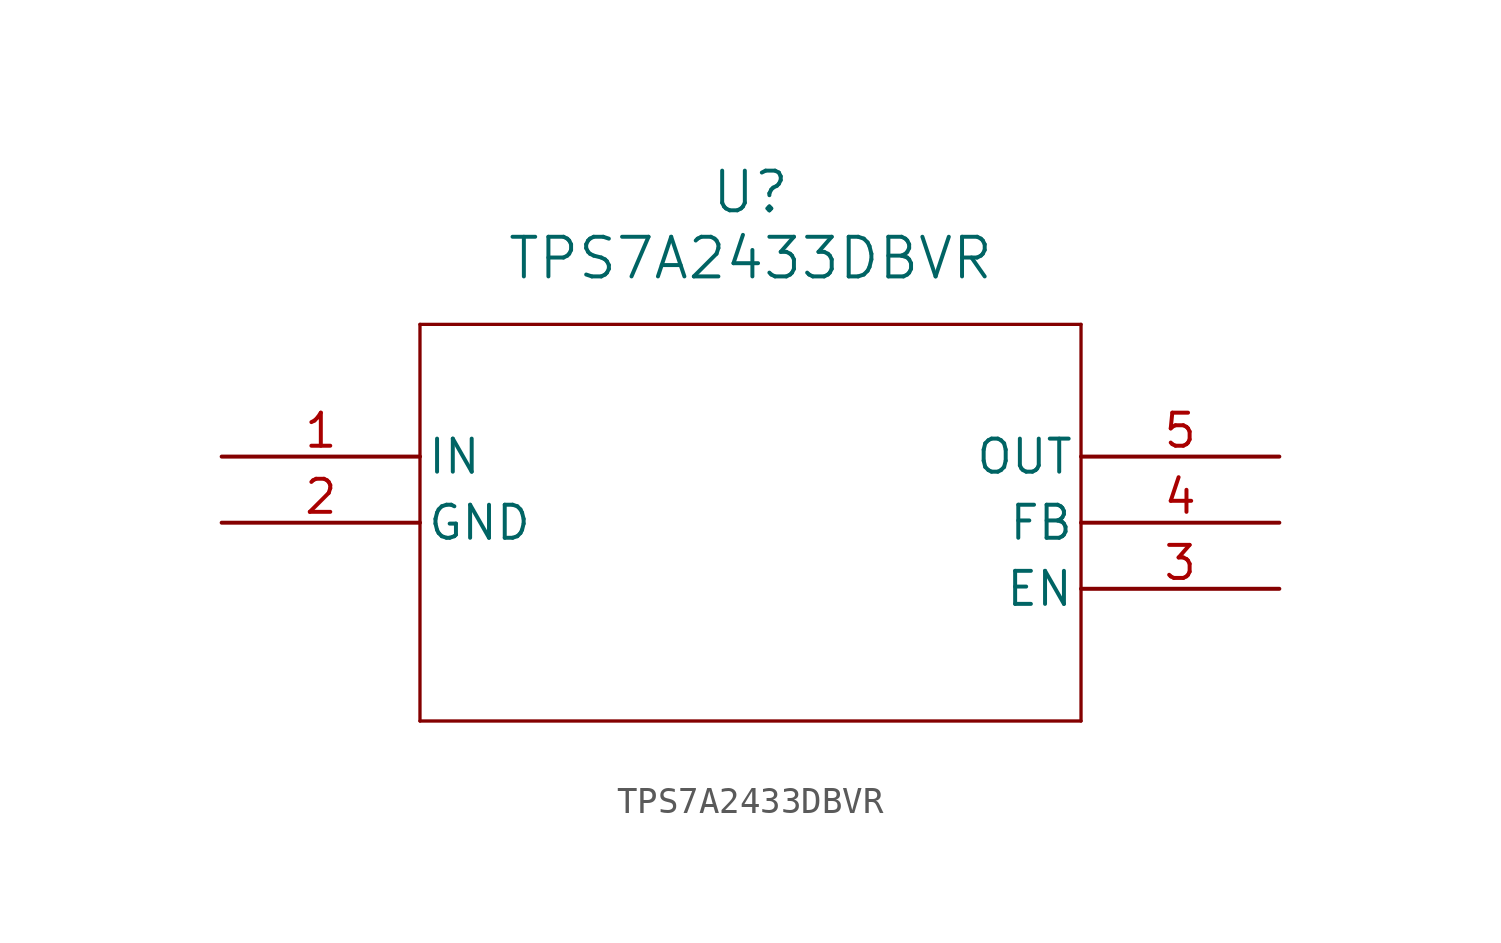
<source format=kicad_sym>
(kicad_symbol_lib
  (version 20211014)
  (generator kicad_symbol_editor)
  (symbol "TPS7A2433DBVR"
    (pin_names
      (offset 0.254))
    (property "Reference" "U"
      (at 20.32 10.16 0)
      (effects (font (size 1.524 1.524))))
    (property "Value" "TPS7A2433DBVR"
      (at 20.32 7.62 0)
      (effects (font (size 1.524 1.524))))
    (symbol "TPS7A2433DBVR_0_1"
      (polyline (pts (xy 7.62 5.08) (xy 7.62 -10.16)) (stroke (width 0.127) (type default) (color 0 0 0 0)) (fill (type none)))
      (polyline (pts (xy 7.62 -10.16) (xy 33.02 -10.16)) (stroke (width 0.127) (type default) (color 0 0 0 0)) (fill (type none)))
      (polyline (pts (xy 33.02 -10.16) (xy 33.02 5.08)) (stroke (width 0.127) (type default) (color 0 0 0 0)) (fill (type none)))
      (polyline (pts (xy 33.02 5.08) (xy 7.62 5.08)) (stroke (width 0.127) (type default) (color 0 0 0 0)) (fill (type none)))
      (pin input line (at 0 0 0) (length 7.62) (name "IN" (effects (font (size 1.27 1.27)))) (number "1" (effects (font (size 1.27 1.27)))))
      (pin power_out line (at 0 -2.54 0) (length 7.62) (name "GND" (effects (font (size 1.27 1.27)))) (number "2" (effects (font (size 1.27 1.27)))))
      (pin input line (at 40.64 -5.08 180) (length 7.62) (name "EN" (effects (font (size 1.27 1.27)))) (number "3" (effects (font (size 1.27 1.27)))))
      (pin input line (at 40.64 -2.54 180) (length 7.62) (name "FB" (effects (font (size 1.27 1.27)))) (number "4" (effects (font (size 1.27 1.27)))))
      (pin output line (at 40.64 0 180) (length 7.62) (name "OUT" (effects (font (size 1.27 1.27)))) (number "5" (effects (font (size 1.27 1.27))))))))
</source>
